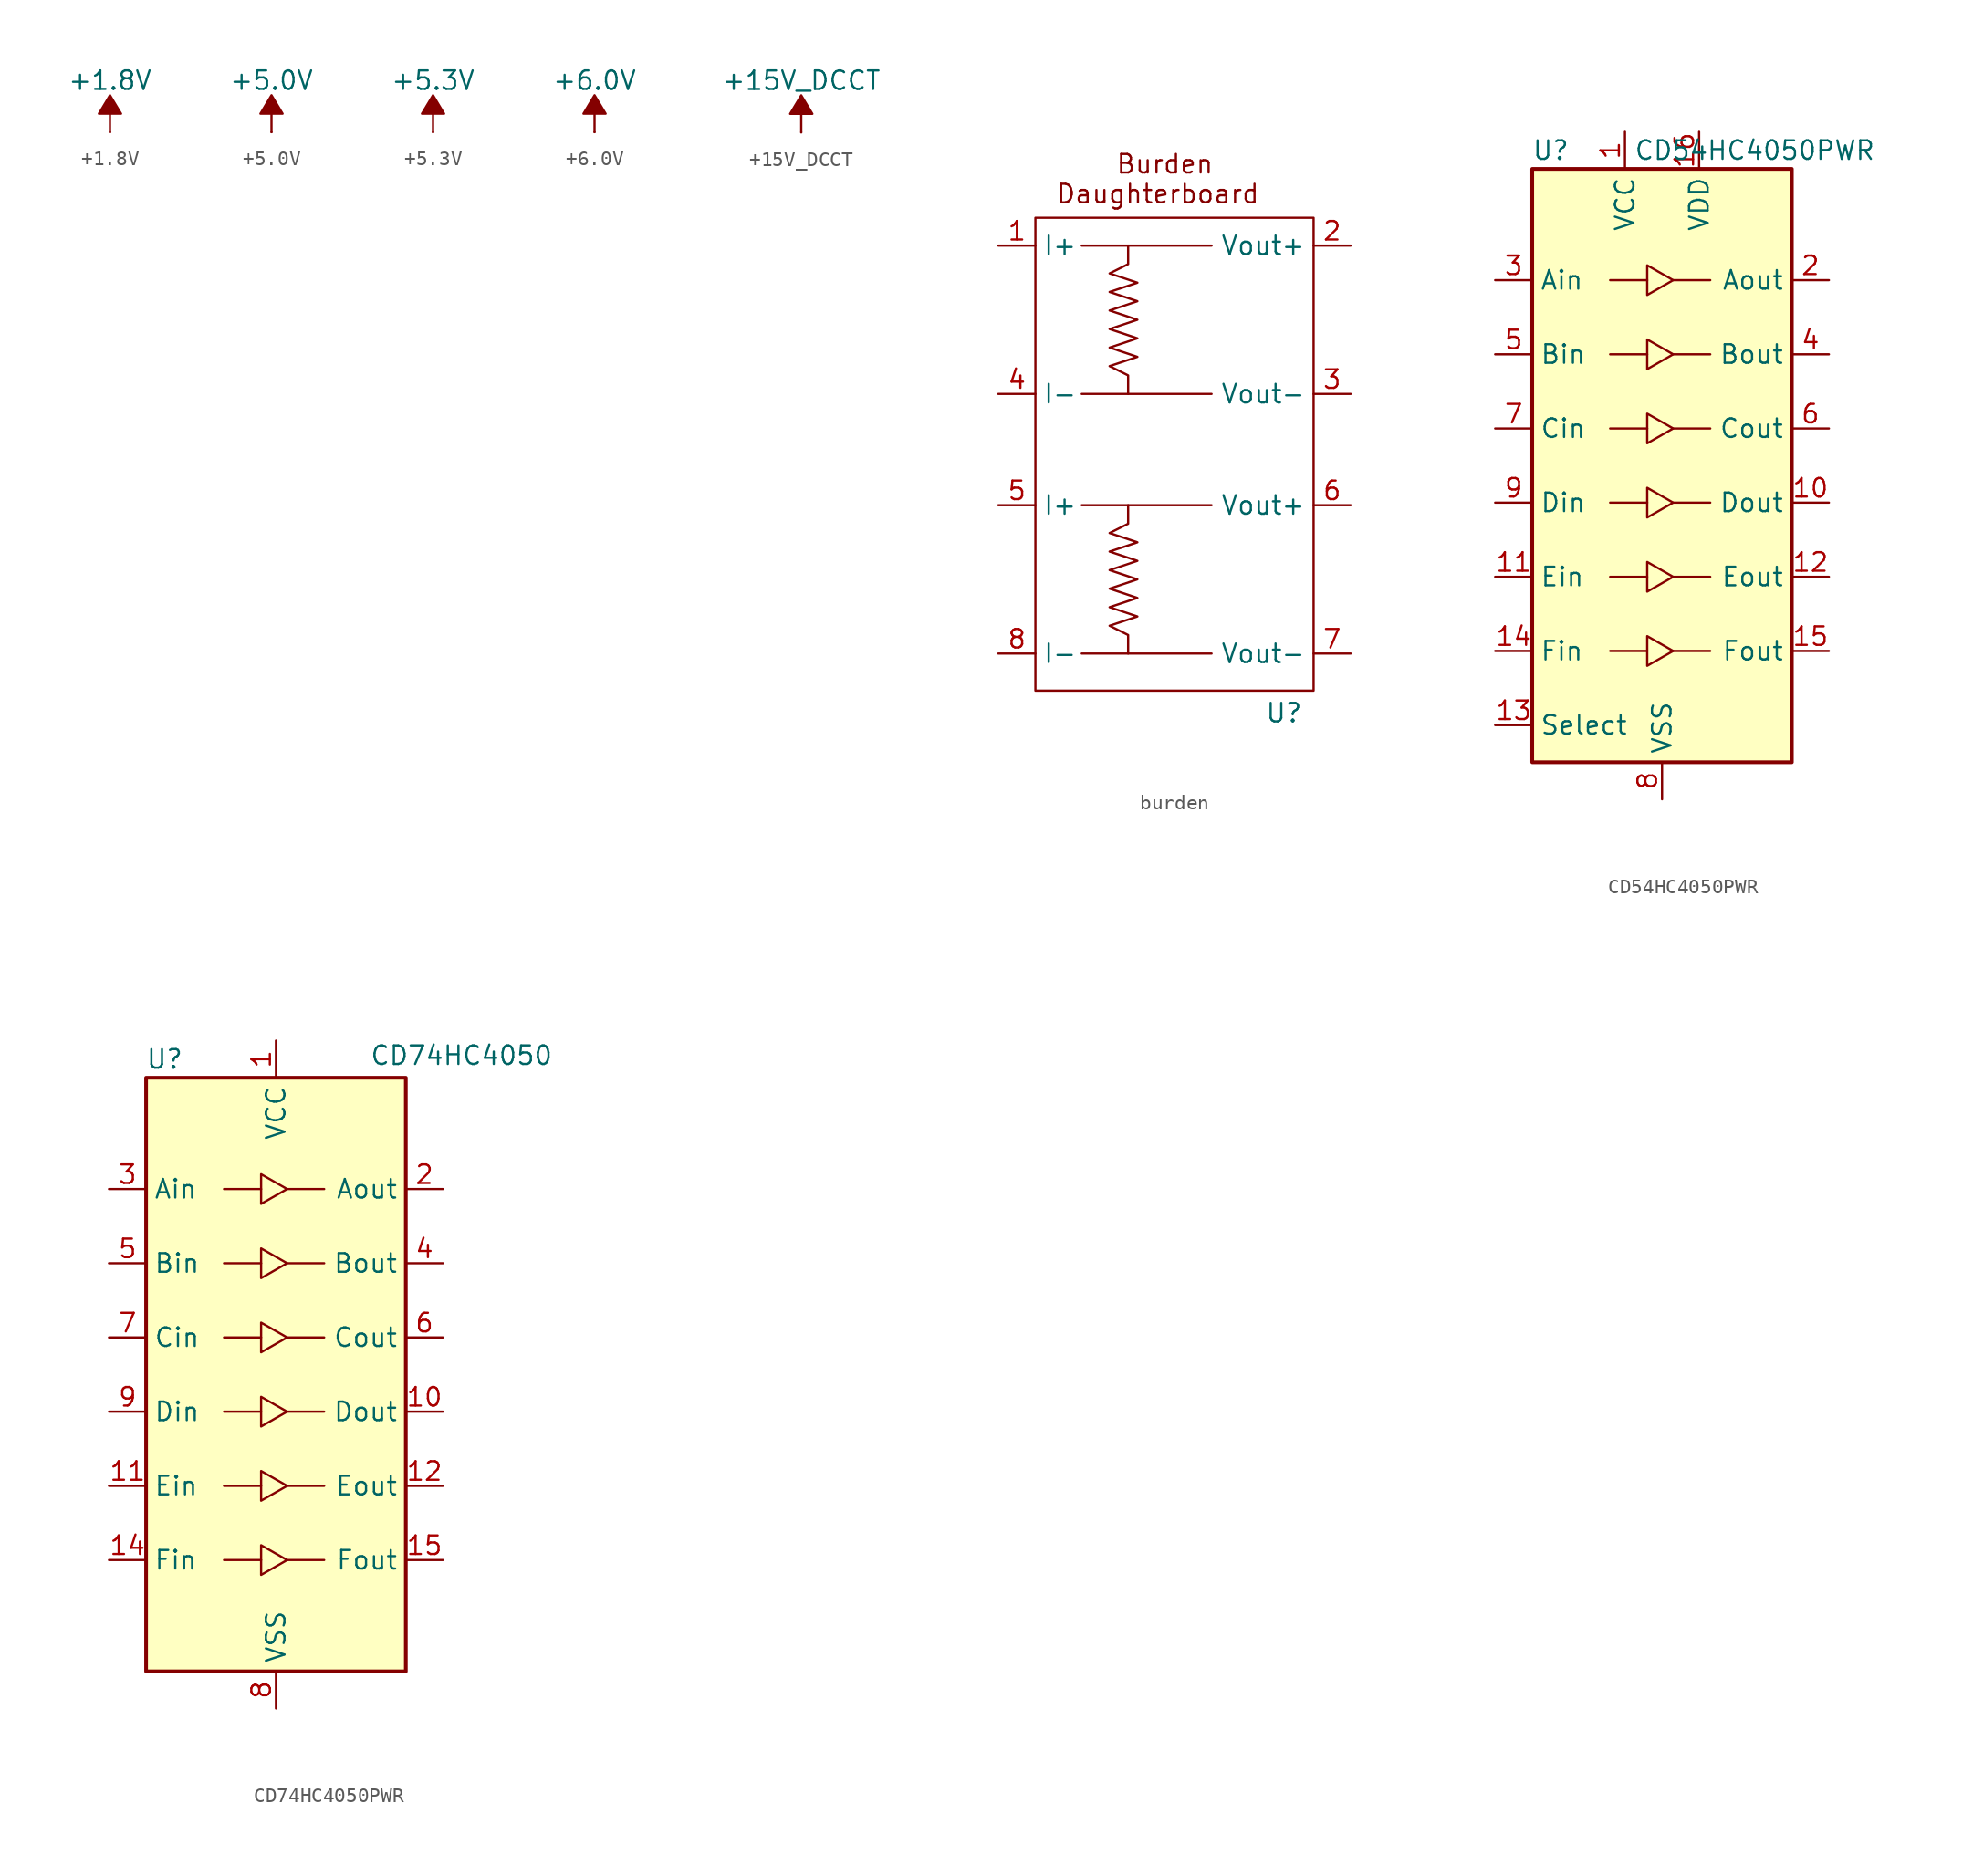
<source format=kicad_sym>
(kicad_symbol_lib
  (version 20241209)
  (generator "kicad_symbol_editor")
  (generator_version "9.0")
  (symbol "+1.8V"
    (power)
    (pin_numbers
      (hide yes))
    (pin_names
      (offset 0)
      (hide yes))
    (property "Reference" "#PWR"
      (at 0 -3.81 0)
      (effects (font (size 1.27 1.27)) (hide yes)))
    (property "Value" "+1.8V"
      (at 0 3.556 0)
      (effects (font (size 1.27 1.27))))
    (symbol "+1.8V_0_0"
      (pin power_in line (at 0 0 90) (length 0) (name "~" (effects (font (size 1.27 1.27)))) (number "1" (effects (font (size 1.27 1.27))))))
    (symbol "+1.8V_0_1"
      (polyline (pts (xy 0 0) (xy 0 1.27) (xy 0.762 1.27) (xy 0 2.54) (xy -0.762 1.27) (xy 0 1.27)) (stroke (width 0) (type default)) (fill (type outline)))))
  (symbol "+5.0V"
    (power)
    (pin_numbers
      (hide yes))
    (pin_names
      (offset 0)
      (hide yes))
    (property "Reference" "#PWR"
      (at 0 -3.81 0)
      (effects (font (size 1.27 1.27)) (hide yes)))
    (property "Value" "+5.0V"
      (at 0 3.556 0)
      (effects (font (size 1.27 1.27))))
    (symbol "+5.0V_0_0"
      (pin power_in line (at 0 0 90) (length 0) (name "~" (effects (font (size 1.27 1.27)))) (number "1" (effects (font (size 1.27 1.27))))))
    (symbol "+5.0V_0_1"
      (polyline (pts (xy 0 0) (xy 0 1.27) (xy 0.762 1.27) (xy 0 2.54) (xy -0.762 1.27) (xy 0 1.27)) (stroke (width 0) (type default)) (fill (type outline)))))
  (symbol "+5.3V"
    (power)
    (pin_numbers
      (hide yes))
    (pin_names
      (offset 0)
      (hide yes))
    (property "Reference" "#PWR"
      (at 0 -3.81 0)
      (effects (font (size 1.27 1.27)) (hide yes)))
    (property "Value" "+5.3V"
      (at 0 3.556 0)
      (effects (font (size 1.27 1.27))))
    (symbol "+5.3V_0_0"
      (pin power_in line (at 0 0 90) (length 0) (name "~" (effects (font (size 1.27 1.27)))) (number "1" (effects (font (size 1.27 1.27))))))
    (symbol "+5.3V_0_1"
      (polyline (pts (xy 0 0) (xy 0 1.27) (xy 0.762 1.27) (xy 0 2.54) (xy -0.762 1.27) (xy 0 1.27)) (stroke (width 0) (type default)) (fill (type outline)))))
  (symbol "+6.0V"
    (power)
    (pin_numbers
      (hide yes))
    (pin_names
      (offset 0)
      (hide yes))
    (property "Reference" "#PWR"
      (at 0 -3.81 0)
      (effects (font (size 1.27 1.27)) (hide yes)))
    (property "Value" "+6.0V"
      (at 0 3.556 0)
      (effects (font (size 1.27 1.27))))
    (symbol "+6.0V_0_0"
      (pin power_in line (at 0 0 90) (length 0) (name "~" (effects (font (size 1.27 1.27)))) (number "1" (effects (font (size 1.27 1.27))))))
    (symbol "+6.0V_0_1"
      (polyline (pts (xy 0 0) (xy 0 1.27) (xy 0.762 1.27) (xy 0 2.54) (xy -0.762 1.27) (xy 0 1.27)) (stroke (width 0) (type default)) (fill (type outline)))))
  (symbol "+15V_DCCT"
    (power)
    (pin_numbers
      (hide yes))
    (pin_names
      (offset 0)
      (hide yes))
    (property "Reference" "#PWR"
      (at 0 -3.81 0)
      (effects (font (size 1.27 1.27)) (hide yes)))
    (property "Value" "+15V_DCCT"
      (at 0 3.556 0)
      (effects (font (size 1.27 1.27))))
    (symbol "+15V_DCCT_0_1"
      (polyline (pts (xy 0 0) (xy 0 1.27) (xy 0.762 1.27) (xy 0 2.54) (xy -0.762 1.27) (xy 0 1.27)) (stroke (width 0) (type default)) (fill (type outline))))
    (symbol "+15V_DCCT_1_0"
      (pin power_in line (at 0 0 90) (length 0) (name "~" (effects (font (size 1.27 1.27)))) (number "1" (effects (font (size 1.27 1.27)))))))
  (symbol "burden"
    (property "Reference" "U"
      (at 17.018 -34.544 0)
      (effects (font (size 1.27 1.27))))
    (property "Value" ""
      (at 0 0 0)
      (effects (font (size 1.27 1.27))))
    (symbol "burden_0_1"
      (rectangle (start 0 -0.635) (end 19.05 -33.02) (stroke (width 0) (type default)) (fill (type none)))
      (polyline (pts (xy 3.175 -2.54) (xy 6.35 -2.54) (xy 6.35 -3.81) (xy 5.08 -4.445) (xy 6.985 -5.08) (xy 5.08 -5.715) (xy 6.985 -6.35) (xy 5.08 -6.985) (xy 6.985 -7.62) (xy 5.08 -8.255) (xy 6.985 -8.89) (xy 5.08 -9.525) (xy 6.985 -10.16) (xy 5.08 -10.795) (xy 6.35 -11.43) (xy 6.35 -12.7) (xy 3.175 -12.7)) (stroke (width 0) (type default)) (fill (type none)))
      (polyline (pts (xy 3.175 -20.32) (xy 6.35 -20.32) (xy 6.35 -21.59) (xy 5.08 -22.225) (xy 6.985 -22.86) (xy 5.08 -23.495) (xy 6.985 -24.13) (xy 5.08 -24.765) (xy 6.985 -25.4) (xy 5.08 -26.035) (xy 6.985 -26.67) (xy 5.08 -27.305) (xy 6.985 -27.94) (xy 5.08 -28.575) (xy 6.35 -29.21) (xy 6.35 -30.48) (xy 3.175 -30.48)) (stroke (width 0) (type default)) (fill (type none)))
      (polyline (pts (xy 6.35 -2.54) (xy 12.065 -2.54)) (stroke (width 0) (type default)) (fill (type none)))
      (polyline (pts (xy 6.35 -12.7) (xy 12.065 -12.7)) (stroke (width 0) (type default)) (fill (type none)))
      (polyline (pts (xy 6.35 -20.32) (xy 12.065 -20.32)) (stroke (width 0) (type default)) (fill (type none)))
      (polyline (pts (xy 6.35 -30.48) (xy 12.065 -30.48)) (stroke (width 0) (type default)) (fill (type none))))
    (symbol "burden_1_1"
      (text " \n Burden\nDaughterboard" (at 8.382 3.048 0) (effects (font (size 1.27 1.27))))
      (pin input line (at -2.54 -2.54 0) (length 2.54) (name "I+" (effects (font (size 1.27 1.27)))) (number "1" (effects (font (size 1.27 1.27)))))
      (pin input line (at -2.54 -12.7 0) (length 2.54) (name "I-" (effects (font (size 1.27 1.27)))) (number "4" (effects (font (size 1.27 1.27)))))
      (pin input line (at -2.54 -20.32 0) (length 2.54) (name "I+" (effects (font (size 1.27 1.27)))) (number "5" (effects (font (size 1.27 1.27)))))
      (pin input line (at -2.54 -30.48 0) (length 2.54) (name "I-" (effects (font (size 1.27 1.27)))) (number "8" (effects (font (size 1.27 1.27)))))
      (pin output line (at 21.59 -2.54 180) (length 2.54) (name "Vout+" (effects (font (size 1.27 1.27)))) (number "2" (effects (font (size 1.27 1.27)))))
      (pin output line (at 21.59 -12.7 180) (length 2.54) (name "Vout-" (effects (font (size 1.27 1.27)))) (number "3" (effects (font (size 1.27 1.27)))))
      (pin output line (at 21.59 -20.32 180) (length 2.54) (name "Vout+" (effects (font (size 1.27 1.27)))) (number "6" (effects (font (size 1.27 1.27)))))
      (pin output line (at 21.59 -30.48 180) (length 2.54) (name "Vout-" (effects (font (size 1.27 1.27)))) (number "7" (effects (font (size 1.27 1.27)))))))
  (symbol "CD54HC4050PWR"
    (property "Reference" "U"
      (at -7.62 21.59 0)
      (effects (font (size 1.27 1.27))))
    (property "Value" "CD54HC4050PWR"
      (at 6.35 21.59 0)
      (effects (font (size 1.27 1.27))))
    (symbol "CD54HC4050PWR_0_1"
      (polyline (pts (xy -3.556 12.7) (xy -1.016 12.7)) (stroke (width 0) (type default)) (fill (type none)))
      (polyline (pts (xy -3.556 7.62) (xy -1.016 7.62)) (stroke (width 0) (type default)) (fill (type none)))
      (polyline (pts (xy -3.556 2.54) (xy -1.016 2.54)) (stroke (width 0) (type default)) (fill (type none)))
      (polyline (pts (xy -3.556 -2.54) (xy -1.016 -2.54)) (stroke (width 0) (type default)) (fill (type none)))
      (polyline (pts (xy -3.556 -7.62) (xy -1.016 -7.62)) (stroke (width 0) (type default)) (fill (type none)))
      (polyline (pts (xy -3.556 -12.7) (xy -1.016 -12.7)) (stroke (width 0) (type default)) (fill (type none)))
      (polyline (pts (xy 0.762 12.7) (xy 3.302 12.7)) (stroke (width 0) (type default)) (fill (type none)))
      (polyline (pts (xy 0.762 7.62) (xy 3.302 7.62)) (stroke (width 0) (type default)) (fill (type none)))
      (polyline (pts (xy 0.762 2.54) (xy 3.302 2.54)) (stroke (width 0) (type default)) (fill (type none)))
      (polyline (pts (xy 0.762 -2.54) (xy 3.302 -2.54)) (stroke (width 0) (type default)) (fill (type none)))
      (polyline (pts (xy 0.762 -7.62) (xy 3.302 -7.62)) (stroke (width 0) (type default)) (fill (type none)))
      (polyline (pts (xy 0.762 -12.7) (xy 3.302 -12.7)) (stroke (width 0) (type default)) (fill (type none))))
    (symbol "CD54HC4050PWR_1_1"
      (rectangle (start -8.89 20.32) (end 8.89 -20.32) (stroke (width 0.254) (type default)) (fill (type background)))
      (polyline (pts (xy 0.762 12.7) (xy -1.016 11.684) (xy -1.016 13.716) (xy 0.762 12.7)) (stroke (width 0) (type default)) (fill (type none)))
      (polyline (pts (xy 0.762 7.62) (xy -1.016 6.604) (xy -1.016 8.636) (xy 0.762 7.62)) (stroke (width 0) (type default)) (fill (type none)))
      (polyline (pts (xy 0.762 2.54) (xy -1.016 1.524) (xy -1.016 3.556) (xy 0.762 2.54)) (stroke (width 0) (type default)) (fill (type none)))
      (polyline (pts (xy 0.762 -2.54) (xy -1.016 -3.556) (xy -1.016 -1.524) (xy 0.762 -2.54)) (stroke (width 0) (type default)) (fill (type none)))
      (polyline (pts (xy 0.762 -7.62) (xy -1.016 -8.636) (xy -1.016 -6.604) (xy 0.762 -7.62)) (stroke (width 0) (type default)) (fill (type none)))
      (polyline (pts (xy 0.762 -12.7) (xy -1.016 -13.716) (xy -1.016 -11.684) (xy 0.762 -12.7)) (stroke (width 0) (type default)) (fill (type none)))
      (pin input line (at -11.43 12.7 0) (length 2.54) (name "Ain" (effects (font (size 1.27 1.27)))) (number "3" (effects (font (size 1.27 1.27)))))
      (pin input line (at -11.43 7.62 0) (length 2.54) (name "Bin" (effects (font (size 1.27 1.27)))) (number "5" (effects (font (size 1.27 1.27)))))
      (pin input line (at -11.43 2.54 0) (length 2.54) (name "Cin" (effects (font (size 1.27 1.27)))) (number "7" (effects (font (size 1.27 1.27)))))
      (pin input line (at -11.43 -2.54 0) (length 2.54) (name "Din" (effects (font (size 1.27 1.27)))) (number "9" (effects (font (size 1.27 1.27)))))
      (pin input line (at -11.43 -7.62 0) (length 2.54) (name "Ein" (effects (font (size 1.27 1.27)))) (number "11" (effects (font (size 1.27 1.27)))))
      (pin input line (at -11.43 -12.7 0) (length 2.54) (name "Fin" (effects (font (size 1.27 1.27)))) (number "14" (effects (font (size 1.27 1.27)))))
      (pin input line (at -11.43 -17.78 0) (length 2.54) (name "Select" (effects (font (size 1.27 1.27)))) (number "13" (effects (font (size 1.27 1.27)))))
      (pin power_in line (at -2.54 22.86 270) (length 2.54) (name "VCC" (effects (font (size 1.27 1.27)))) (number "1" (effects (font (size 1.27 1.27)))))
      (pin power_in line (at 0 -22.86 90) (length 2.54) (name "VSS" (effects (font (size 1.27 1.27)))) (number "8" (effects (font (size 1.27 1.27)))))
      (pin power_in line (at 2.54 22.86 270) (length 2.54) (name "VDD" (effects (font (size 1.27 1.27)))) (number "16" (effects (font (size 1.27 1.27)))))
      (pin output line (at 11.43 12.7 180) (length 2.54) (name "Aout" (effects (font (size 1.27 1.27)))) (number "2" (effects (font (size 1.27 1.27)))))
      (pin output line (at 11.43 7.62 180) (length 2.54) (name "Bout" (effects (font (size 1.27 1.27)))) (number "4" (effects (font (size 1.27 1.27)))))
      (pin output line (at 11.43 2.54 180) (length 2.54) (name "Cout" (effects (font (size 1.27 1.27)))) (number "6" (effects (font (size 1.27 1.27)))))
      (pin output line (at 11.43 -2.54 180) (length 2.54) (name "Dout" (effects (font (size 1.27 1.27)))) (number "10" (effects (font (size 1.27 1.27)))))
      (pin output line (at 11.43 -7.62 180) (length 2.54) (name "Eout" (effects (font (size 1.27 1.27)))) (number "12" (effects (font (size 1.27 1.27)))))
      (pin output line (at 11.43 -12.7 180) (length 2.54) (name "Fout" (effects (font (size 1.27 1.27)))) (number "15" (effects (font (size 1.27 1.27)))))))
  (symbol "CD74HC4050PWR"
    (property "Reference" "U"
      (at -7.62 21.59 0)
      (effects (font (size 1.27 1.27))))
    (property "Value" "CD74HC4050"
      (at 12.7 21.844 0)
      (effects (font (size 1.27 1.27))))
    (symbol "CD74HC4050PWR_0_1"
      (polyline (pts (xy -3.556 12.7) (xy -1.016 12.7)) (stroke (width 0) (type default)) (fill (type none)))
      (polyline (pts (xy -3.556 7.62) (xy -1.016 7.62)) (stroke (width 0) (type default)) (fill (type none)))
      (polyline (pts (xy -3.556 2.54) (xy -1.016 2.54)) (stroke (width 0) (type default)) (fill (type none)))
      (polyline (pts (xy -3.556 -2.54) (xy -1.016 -2.54)) (stroke (width 0) (type default)) (fill (type none)))
      (polyline (pts (xy -3.556 -7.62) (xy -1.016 -7.62)) (stroke (width 0) (type default)) (fill (type none)))
      (polyline (pts (xy -3.556 -12.7) (xy -1.016 -12.7)) (stroke (width 0) (type default)) (fill (type none)))
      (polyline (pts (xy 0.762 12.7) (xy 3.302 12.7)) (stroke (width 0) (type default)) (fill (type none)))
      (polyline (pts (xy 0.762 7.62) (xy 3.302 7.62)) (stroke (width 0) (type default)) (fill (type none)))
      (polyline (pts (xy 0.762 2.54) (xy 3.302 2.54)) (stroke (width 0) (type default)) (fill (type none)))
      (polyline (pts (xy 0.762 -2.54) (xy 3.302 -2.54)) (stroke (width 0) (type default)) (fill (type none)))
      (polyline (pts (xy 0.762 -7.62) (xy 3.302 -7.62)) (stroke (width 0) (type default)) (fill (type none)))
      (polyline (pts (xy 0.762 -12.7) (xy 3.302 -12.7)) (stroke (width 0) (type default)) (fill (type none))))
    (symbol "CD74HC4050PWR_1_1"
      (rectangle (start -8.89 20.32) (end 8.89 -20.32) (stroke (width 0.254) (type default)) (fill (type background)))
      (polyline (pts (xy 0.762 12.7) (xy -1.016 11.684) (xy -1.016 13.716) (xy 0.762 12.7)) (stroke (width 0) (type default)) (fill (type none)))
      (polyline (pts (xy 0.762 7.62) (xy -1.016 6.604) (xy -1.016 8.636) (xy 0.762 7.62)) (stroke (width 0) (type default)) (fill (type none)))
      (polyline (pts (xy 0.762 2.54) (xy -1.016 1.524) (xy -1.016 3.556) (xy 0.762 2.54)) (stroke (width 0) (type default)) (fill (type none)))
      (polyline (pts (xy 0.762 -2.54) (xy -1.016 -3.556) (xy -1.016 -1.524) (xy 0.762 -2.54)) (stroke (width 0) (type default)) (fill (type none)))
      (polyline (pts (xy 0.762 -7.62) (xy -1.016 -8.636) (xy -1.016 -6.604) (xy 0.762 -7.62)) (stroke (width 0) (type default)) (fill (type none)))
      (polyline (pts (xy 0.762 -12.7) (xy -1.016 -13.716) (xy -1.016 -11.684) (xy 0.762 -12.7)) (stroke (width 0) (type default)) (fill (type none)))
      (pin input line (at -11.43 12.7 0) (length 2.54) (name "Ain" (effects (font (size 1.27 1.27)))) (number "3" (effects (font (size 1.27 1.27)))))
      (pin input line (at -11.43 7.62 0) (length 2.54) (name "Bin" (effects (font (size 1.27 1.27)))) (number "5" (effects (font (size 1.27 1.27)))))
      (pin input line (at -11.43 2.54 0) (length 2.54) (name "Cin" (effects (font (size 1.27 1.27)))) (number "7" (effects (font (size 1.27 1.27)))))
      (pin input line (at -11.43 -2.54 0) (length 2.54) (name "Din" (effects (font (size 1.27 1.27)))) (number "9" (effects (font (size 1.27 1.27)))))
      (pin input line (at -11.43 -7.62 0) (length 2.54) (name "Ein" (effects (font (size 1.27 1.27)))) (number "11" (effects (font (size 1.27 1.27)))))
      (pin input line (at -11.43 -12.7 0) (length 2.54) (name "Fin" (effects (font (size 1.27 1.27)))) (number "14" (effects (font (size 1.27 1.27)))))
      (pin power_in line (at 0 22.86 270) (length 2.54) (name "VCC" (effects (font (size 1.27 1.27)))) (number "1" (effects (font (size 1.27 1.27)))))
      (pin power_in line (at 0 -22.86 90) (length 2.54) (name "VSS" (effects (font (size 1.27 1.27)))) (number "8" (effects (font (size 1.27 1.27)))))
      (pin output line (at 11.43 12.7 180) (length 2.54) (name "Aout" (effects (font (size 1.27 1.27)))) (number "2" (effects (font (size 1.27 1.27)))))
      (pin output line (at 11.43 7.62 180) (length 2.54) (name "Bout" (effects (font (size 1.27 1.27)))) (number "4" (effects (font (size 1.27 1.27)))))
      (pin output line (at 11.43 2.54 180) (length 2.54) (name "Cout" (effects (font (size 1.27 1.27)))) (number "6" (effects (font (size 1.27 1.27)))))
      (pin output line (at 11.43 -2.54 180) (length 2.54) (name "Dout" (effects (font (size 1.27 1.27)))) (number "10" (effects (font (size 1.27 1.27)))))
      (pin output line (at 11.43 -7.62 180) (length 2.54) (name "Eout" (effects (font (size 1.27 1.27)))) (number "12" (effects (font (size 1.27 1.27)))))
      (pin output line (at 11.43 -12.7 180) (length 2.54) (name "Fout" (effects (font (size 1.27 1.27)))) (number "15" (effects (font (size 1.27 1.27))))))))
</source>
